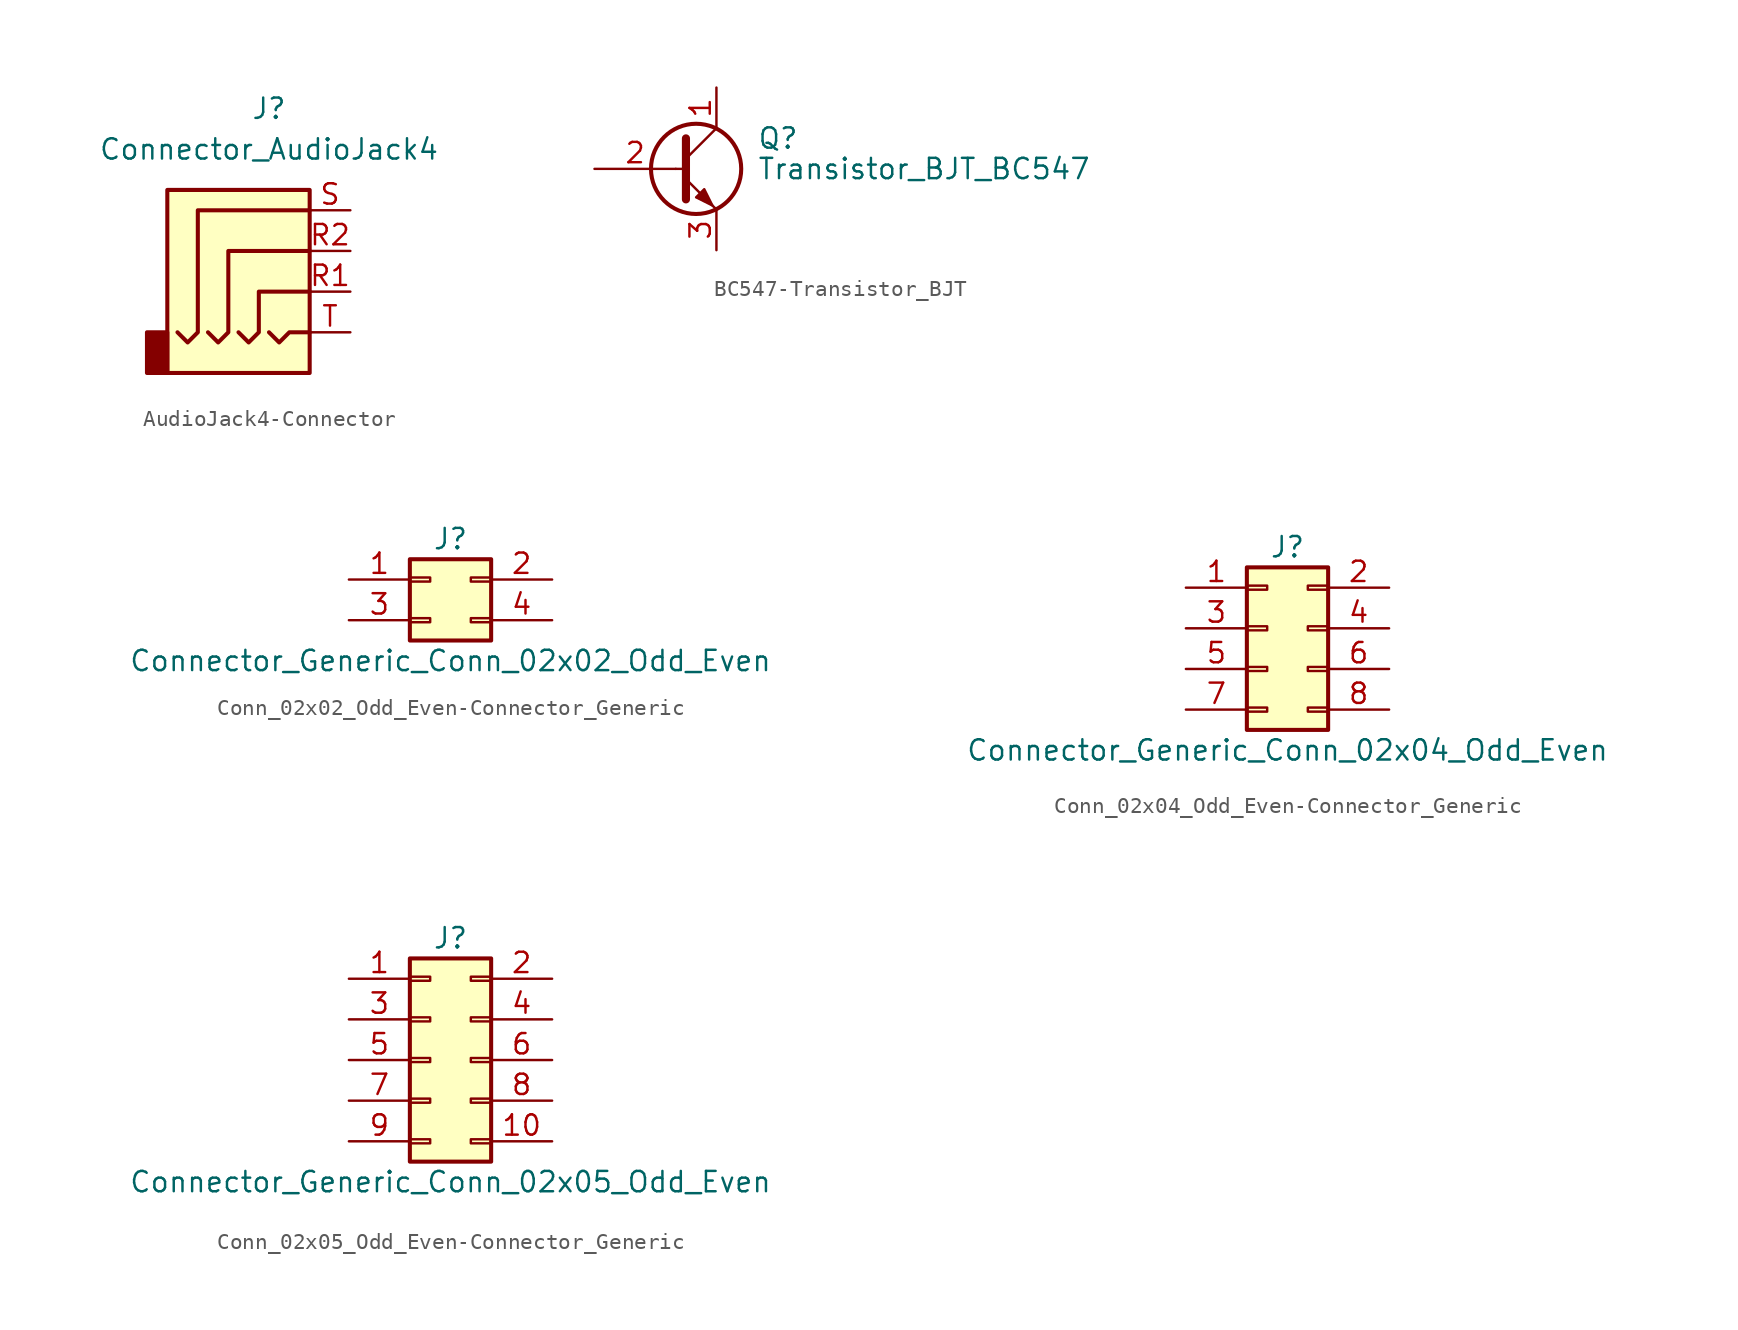
<source format=kicad_sym>
(kicad_symbol_lib
  (version 20220914)
  (generator kicad_symbol_editor)
  (symbol "AudioJack4-Connector"
    (property "Reference" "J"
      (at 0 8.89 0)
      (effects (font (size 1.27 1.27))))
    (property "Value" "Connector_AudioJack4"
      (at 0 6.35 0)
      (effects (font (size 1.27 1.27))))
    (symbol "AudioJack4-Connector_0_1"
      (rectangle (start -6.35 -5.08) (end -7.62 -7.62) (stroke (width 0.254) (type solid)) (fill (type outline)))
      (polyline (pts (xy 0 -5.08) (xy 0.635 -5.715) (xy 1.27 -5.08) (xy 2.54 -5.08)) (stroke (width 0.254) (type solid)) (fill (type none)))
      (polyline (pts (xy -5.715 -5.08) (xy -5.08 -5.715) (xy -4.445 -5.08) (xy -4.445 2.54) (xy 2.54 2.54)) (stroke (width 0.254) (type solid)) (fill (type none)))
      (polyline (pts (xy -1.905 -5.08) (xy -1.27 -5.715) (xy -0.635 -5.08) (xy -0.635 -2.54) (xy 2.54 -2.54)) (stroke (width 0.254) (type solid)) (fill (type none)))
      (polyline (pts (xy 2.54 0) (xy -2.54 0) (xy -2.54 -5.08) (xy -3.175 -5.715) (xy -3.81 -5.08)) (stroke (width 0.254) (type solid)) (fill (type none)))
      (rectangle (start 2.54 3.81) (end -6.35 -7.62) (stroke (width 0.254) (type solid)) (fill (type background))))
    (symbol "AudioJack4-Connector_1_1"
      (pin passive line (at 5.08 -2.54 180) (length 2.54) (name "~" (effects (font (size 1.27 1.27)))) (number "R1" (effects (font (size 1.27 1.27)))))
      (pin passive line (at 5.08 0 180) (length 2.54) (name "~" (effects (font (size 1.27 1.27)))) (number "R2" (effects (font (size 1.27 1.27)))))
      (pin passive line (at 5.08 2.54 180) (length 2.54) (name "~" (effects (font (size 1.27 1.27)))) (number "S" (effects (font (size 1.27 1.27)))))
      (pin passive line (at 5.08 -5.08 180) (length 2.54) (name "~" (effects (font (size 1.27 1.27)))) (number "T" (effects (font (size 1.27 1.27)))))))
  (symbol "BC547-Transistor_BJT"
    (pin_names
      (offset 0) hide)
    (property "Reference" "Q"
      (at 5.08 1.905 0)
      (effects (font (size 1.27 1.27)) (justify left)))
    (property "Value" "Transistor_BJT_BC547"
      (at 5.08 0 0)
      (effects (font (size 1.27 1.27)) (justify left)))
    (symbol "BC547-Transistor_BJT_0_1"
      (polyline (pts (xy 0 0) (xy 0.635 0)) (stroke (width 0) (type solid)) (fill (type none)))
      (polyline (pts (xy 0.635 0.635) (xy 2.54 2.54)) (stroke (width 0) (type solid)) (fill (type none)))
      (polyline (pts (xy 0.635 -0.635) (xy 2.54 -2.54) (xy 2.54 -2.54)) (stroke (width 0) (type solid)) (fill (type none)))
      (polyline (pts (xy 0.635 1.905) (xy 0.635 -1.905) (xy 0.635 -1.905)) (stroke (width 0.508) (type solid)) (fill (type none)))
      (polyline (pts (xy 1.27 -1.778) (xy 1.778 -1.27) (xy 2.286 -2.286) (xy 1.27 -1.778) (xy 1.27 -1.778)) (stroke (width 0) (type solid)) (fill (type outline)))
      (circle (center 1.27 0) (radius 2.819) (stroke (width 0.254) (type solid)) (fill (type none))))
    (symbol "BC547-Transistor_BJT_1_1"
      (pin passive line (at 2.54 5.08 270) (length 2.54) (name "C" (effects (font (size 1.27 1.27)))) (number "1" (effects (font (size 1.27 1.27)))))
      (pin input line (at -5.08 0 0) (length 5.08) (name "B" (effects (font (size 1.27 1.27)))) (number "2" (effects (font (size 1.27 1.27)))))
      (pin passive line (at 2.54 -5.08 90) (length 2.54) (name "E" (effects (font (size 1.27 1.27)))) (number "3" (effects (font (size 1.27 1.27)))))))
  (symbol "Conn_02x02_Odd_Even-Connector_Generic"
    (pin_names
      (offset 1.016) hide)
    (property "Reference" "J"
      (at 1.27 2.54 0)
      (effects (font (size 1.27 1.27))))
    (property "Value" "Connector_Generic_Conn_02x02_Odd_Even"
      (at 1.27 -5.08 0)
      (effects (font (size 1.27 1.27))))
    (symbol "Conn_02x02_Odd_Even-Connector_Generic_1_1"
      (rectangle (start -1.27 -2.413) (end 0 -2.667) (stroke (width 0.152) (type solid)) (fill (type none)))
      (rectangle (start -1.27 0.127) (end 0 -0.127) (stroke (width 0.152) (type solid)) (fill (type none)))
      (rectangle (start -1.27 1.27) (end 3.81 -3.81) (stroke (width 0.254) (type solid)) (fill (type background)))
      (rectangle (start 3.81 -2.413) (end 2.54 -2.667) (stroke (width 0.152) (type solid)) (fill (type none)))
      (rectangle (start 3.81 0.127) (end 2.54 -0.127) (stroke (width 0.152) (type solid)) (fill (type none)))
      (pin passive line (at -5.08 0 0) (length 3.81) (name "Pin_1" (effects (font (size 1.27 1.27)))) (number "1" (effects (font (size 1.27 1.27)))))
      (pin passive line (at 7.62 0 180) (length 3.81) (name "Pin_2" (effects (font (size 1.27 1.27)))) (number "2" (effects (font (size 1.27 1.27)))))
      (pin passive line (at -5.08 -2.54 0) (length 3.81) (name "Pin_3" (effects (font (size 1.27 1.27)))) (number "3" (effects (font (size 1.27 1.27)))))
      (pin passive line (at 7.62 -2.54 180) (length 3.81) (name "Pin_4" (effects (font (size 1.27 1.27)))) (number "4" (effects (font (size 1.27 1.27)))))))
  (symbol "Conn_02x04_Odd_Even-Connector_Generic"
    (pin_names
      (offset 1.016) hide)
    (property "Reference" "J"
      (at 1.27 5.08 0)
      (effects (font (size 1.27 1.27))))
    (property "Value" "Connector_Generic_Conn_02x04_Odd_Even"
      (at 1.27 -7.62 0)
      (effects (font (size 1.27 1.27))))
    (symbol "Conn_02x04_Odd_Even-Connector_Generic_1_1"
      (rectangle (start -1.27 -4.953) (end 0 -5.207) (stroke (width 0.152) (type solid)) (fill (type none)))
      (rectangle (start -1.27 -2.413) (end 0 -2.667) (stroke (width 0.152) (type solid)) (fill (type none)))
      (rectangle (start -1.27 0.127) (end 0 -0.127) (stroke (width 0.152) (type solid)) (fill (type none)))
      (rectangle (start -1.27 2.667) (end 0 2.413) (stroke (width 0.152) (type solid)) (fill (type none)))
      (rectangle (start -1.27 3.81) (end 3.81 -6.35) (stroke (width 0.254) (type solid)) (fill (type background)))
      (rectangle (start 3.81 -4.953) (end 2.54 -5.207) (stroke (width 0.152) (type solid)) (fill (type none)))
      (rectangle (start 3.81 -2.413) (end 2.54 -2.667) (stroke (width 0.152) (type solid)) (fill (type none)))
      (rectangle (start 3.81 0.127) (end 2.54 -0.127) (stroke (width 0.152) (type solid)) (fill (type none)))
      (rectangle (start 3.81 2.667) (end 2.54 2.413) (stroke (width 0.152) (type solid)) (fill (type none)))
      (pin passive line (at -5.08 2.54 0) (length 3.81) (name "Pin_1" (effects (font (size 1.27 1.27)))) (number "1" (effects (font (size 1.27 1.27)))))
      (pin passive line (at 7.62 2.54 180) (length 3.81) (name "Pin_2" (effects (font (size 1.27 1.27)))) (number "2" (effects (font (size 1.27 1.27)))))
      (pin passive line (at -5.08 0 0) (length 3.81) (name "Pin_3" (effects (font (size 1.27 1.27)))) (number "3" (effects (font (size 1.27 1.27)))))
      (pin passive line (at 7.62 0 180) (length 3.81) (name "Pin_4" (effects (font (size 1.27 1.27)))) (number "4" (effects (font (size 1.27 1.27)))))
      (pin passive line (at -5.08 -2.54 0) (length 3.81) (name "Pin_5" (effects (font (size 1.27 1.27)))) (number "5" (effects (font (size 1.27 1.27)))))
      (pin passive line (at 7.62 -2.54 180) (length 3.81) (name "Pin_6" (effects (font (size 1.27 1.27)))) (number "6" (effects (font (size 1.27 1.27)))))
      (pin passive line (at -5.08 -5.08 0) (length 3.81) (name "Pin_7" (effects (font (size 1.27 1.27)))) (number "7" (effects (font (size 1.27 1.27)))))
      (pin passive line (at 7.62 -5.08 180) (length 3.81) (name "Pin_8" (effects (font (size 1.27 1.27)))) (number "8" (effects (font (size 1.27 1.27)))))))
  (symbol "Conn_02x05_Odd_Even-Connector_Generic"
    (pin_names
      (offset 1.016) hide)
    (property "Reference" "J"
      (at 1.27 7.62 0)
      (effects (font (size 1.27 1.27))))
    (property "Value" "Connector_Generic_Conn_02x05_Odd_Even"
      (at 1.27 -7.62 0)
      (effects (font (size 1.27 1.27))))
    (symbol "Conn_02x05_Odd_Even-Connector_Generic_1_1"
      (rectangle (start -1.27 -4.953) (end 0 -5.207) (stroke (width 0.152) (type solid)) (fill (type none)))
      (rectangle (start -1.27 -2.413) (end 0 -2.667) (stroke (width 0.152) (type solid)) (fill (type none)))
      (rectangle (start -1.27 0.127) (end 0 -0.127) (stroke (width 0.152) (type solid)) (fill (type none)))
      (rectangle (start -1.27 2.667) (end 0 2.413) (stroke (width 0.152) (type solid)) (fill (type none)))
      (rectangle (start -1.27 5.207) (end 0 4.953) (stroke (width 0.152) (type solid)) (fill (type none)))
      (rectangle (start -1.27 6.35) (end 3.81 -6.35) (stroke (width 0.254) (type solid)) (fill (type background)))
      (rectangle (start 3.81 -4.953) (end 2.54 -5.207) (stroke (width 0.152) (type solid)) (fill (type none)))
      (rectangle (start 3.81 -2.413) (end 2.54 -2.667) (stroke (width 0.152) (type solid)) (fill (type none)))
      (rectangle (start 3.81 0.127) (end 2.54 -0.127) (stroke (width 0.152) (type solid)) (fill (type none)))
      (rectangle (start 3.81 2.667) (end 2.54 2.413) (stroke (width 0.152) (type solid)) (fill (type none)))
      (rectangle (start 3.81 5.207) (end 2.54 4.953) (stroke (width 0.152) (type solid)) (fill (type none)))
      (pin passive line (at -5.08 5.08 0) (length 3.81) (name "Pin_1" (effects (font (size 1.27 1.27)))) (number "1" (effects (font (size 1.27 1.27)))))
      (pin passive line (at 7.62 -5.08 180) (length 3.81) (name "Pin_10" (effects (font (size 1.27 1.27)))) (number "10" (effects (font (size 1.27 1.27)))))
      (pin passive line (at 7.62 5.08 180) (length 3.81) (name "Pin_2" (effects (font (size 1.27 1.27)))) (number "2" (effects (font (size 1.27 1.27)))))
      (pin passive line (at -5.08 2.54 0) (length 3.81) (name "Pin_3" (effects (font (size 1.27 1.27)))) (number "3" (effects (font (size 1.27 1.27)))))
      (pin passive line (at 7.62 2.54 180) (length 3.81) (name "Pin_4" (effects (font (size 1.27 1.27)))) (number "4" (effects (font (size 1.27 1.27)))))
      (pin passive line (at -5.08 0 0) (length 3.81) (name "Pin_5" (effects (font (size 1.27 1.27)))) (number "5" (effects (font (size 1.27 1.27)))))
      (pin passive line (at 7.62 0 180) (length 3.81) (name "Pin_6" (effects (font (size 1.27 1.27)))) (number "6" (effects (font (size 1.27 1.27)))))
      (pin passive line (at -5.08 -2.54 0) (length 3.81) (name "Pin_7" (effects (font (size 1.27 1.27)))) (number "7" (effects (font (size 1.27 1.27)))))
      (pin passive line (at 7.62 -2.54 180) (length 3.81) (name "Pin_8" (effects (font (size 1.27 1.27)))) (number "8" (effects (font (size 1.27 1.27)))))
      (pin passive line (at -5.08 -5.08 0) (length 3.81) (name "Pin_9" (effects (font (size 1.27 1.27)))) (number "9" (effects (font (size 1.27 1.27))))))))
</source>
